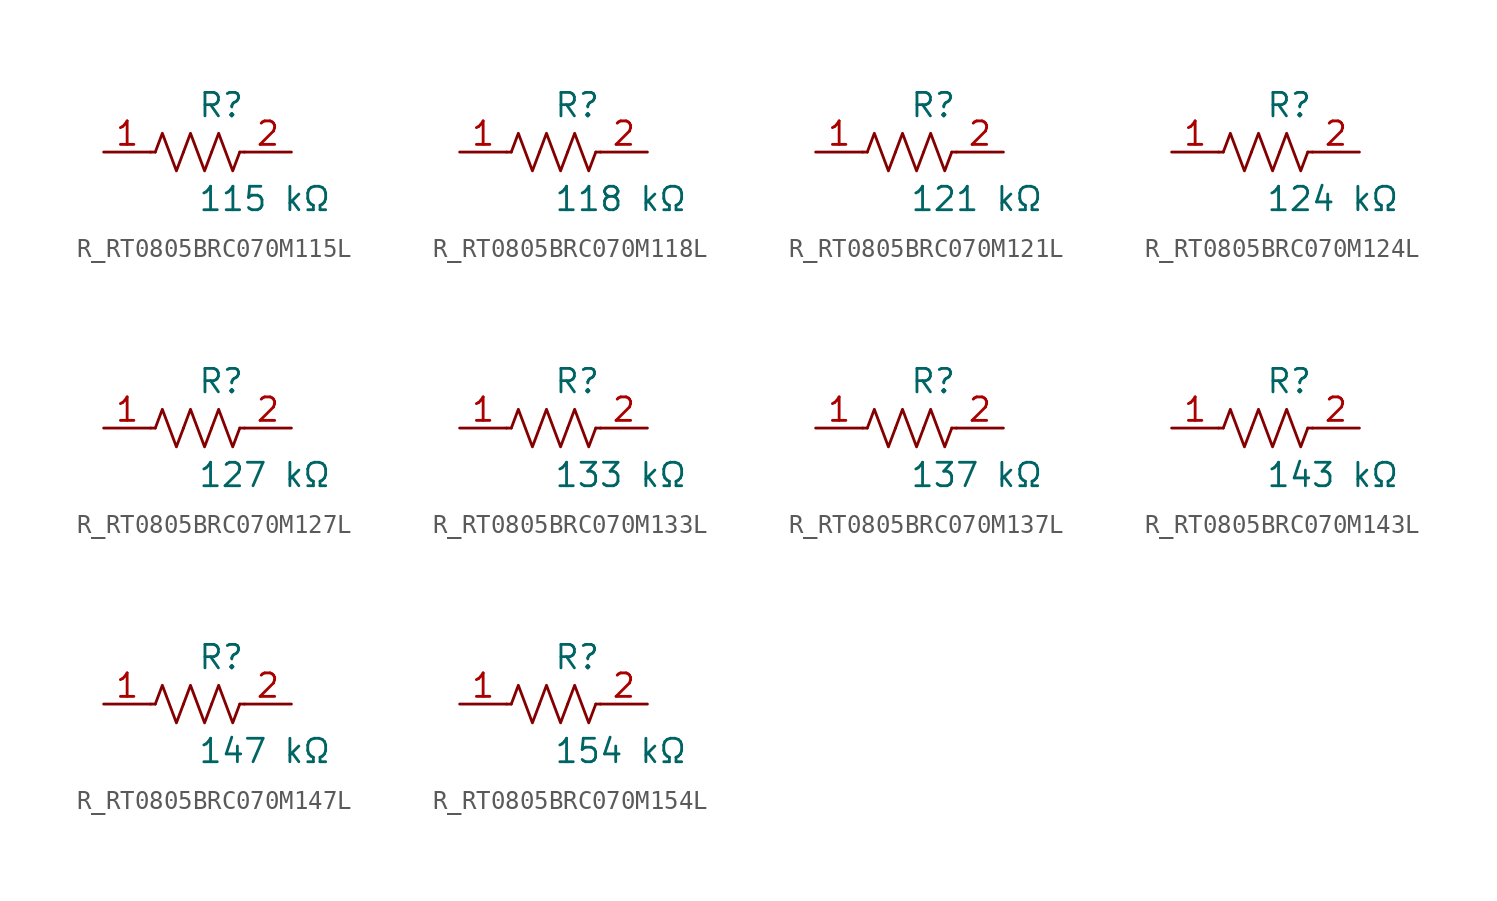
<source format=kicad_sym>
(kicad_symbol_lib
  (version 20231120)
  (generator kicad_symbol_editor)
  (generator_version 8.0)
  (symbol "R_RT0805BRC070M115L"
    (pin_names
      (offset 0.254))
    (property "Reference" "R"
      (at 0.0 2.54 0)
      (effects (font (size 1.27 1.27)) (justify left)))
    (property "Value" "115 kΩ"
      (at 0.0 -2.54 0)
      (effects (font (size 1.27 1.27)) (justify left)))
    (symbol "R_RT0805BRC070M115L_0_1"
      (polyline (pts (xy 2.286 0) (xy 2.54 0)) (stroke (width 0) (type default)) (fill (type none)))
      (polyline (pts (xy -2.286 0) (xy -2.54 0)) (stroke (width 0) (type default)) (fill (type none)))
      (polyline (pts (xy 0.762 0) (xy 1.143 1.016) (xy 1.524 0) (xy 1.905 -1.016) (xy 2.286 0)) (stroke (width 0) (type default)) (fill (type none)))
      (polyline (pts (xy -0.762 0) (xy -0.381 1.016) (xy 0 0) (xy 0.381 -1.016) (xy 0.762 0)) (stroke (width 0) (type default)) (fill (type none)))
      (polyline (pts (xy -2.286 0) (xy -1.905 1.016) (xy -1.524 0) (xy -1.143 -1.016) (xy -0.762 0)) (stroke (width 0) (type default)) (fill (type none))))
    (pin unspecified line
      (at -5.08 0 0)
      (length 2.54)
      (name "" (effects (font (size 1.27 1.27))))
      (number "1" (effects (font (size 1.27 1.27)))))
    (pin unspecified line
      (at 5.08 0 180)
      (length 2.54)
      (name "" (effects (font (size 1.27 1.27))))
      (number "2" (effects (font (size 1.27 1.27))))))
  (symbol "R_RT0805BRC070M118L"
    (pin_names
      (offset 0.254))
    (property "Reference" "R"
      (at 0.0 2.54 0)
      (effects (font (size 1.27 1.27)) (justify left)))
    (property "Value" "118 kΩ"
      (at 0.0 -2.54 0)
      (effects (font (size 1.27 1.27)) (justify left)))
    (symbol "R_RT0805BRC070M118L_0_1"
      (polyline (pts (xy 2.286 0) (xy 2.54 0)) (stroke (width 0) (type default)) (fill (type none)))
      (polyline (pts (xy -2.286 0) (xy -2.54 0)) (stroke (width 0) (type default)) (fill (type none)))
      (polyline (pts (xy 0.762 0) (xy 1.143 1.016) (xy 1.524 0) (xy 1.905 -1.016) (xy 2.286 0)) (stroke (width 0) (type default)) (fill (type none)))
      (polyline (pts (xy -0.762 0) (xy -0.381 1.016) (xy 0 0) (xy 0.381 -1.016) (xy 0.762 0)) (stroke (width 0) (type default)) (fill (type none)))
      (polyline (pts (xy -2.286 0) (xy -1.905 1.016) (xy -1.524 0) (xy -1.143 -1.016) (xy -0.762 0)) (stroke (width 0) (type default)) (fill (type none))))
    (pin unspecified line
      (at -5.08 0 0)
      (length 2.54)
      (name "" (effects (font (size 1.27 1.27))))
      (number "1" (effects (font (size 1.27 1.27)))))
    (pin unspecified line
      (at 5.08 0 180)
      (length 2.54)
      (name "" (effects (font (size 1.27 1.27))))
      (number "2" (effects (font (size 1.27 1.27))))))
  (symbol "R_RT0805BRC070M121L"
    (pin_names
      (offset 0.254))
    (property "Reference" "R"
      (at 0.0 2.54 0)
      (effects (font (size 1.27 1.27)) (justify left)))
    (property "Value" "121 kΩ"
      (at 0.0 -2.54 0)
      (effects (font (size 1.27 1.27)) (justify left)))
    (symbol "R_RT0805BRC070M121L_0_1"
      (polyline (pts (xy 2.286 0) (xy 2.54 0)) (stroke (width 0) (type default)) (fill (type none)))
      (polyline (pts (xy -2.286 0) (xy -2.54 0)) (stroke (width 0) (type default)) (fill (type none)))
      (polyline (pts (xy 0.762 0) (xy 1.143 1.016) (xy 1.524 0) (xy 1.905 -1.016) (xy 2.286 0)) (stroke (width 0) (type default)) (fill (type none)))
      (polyline (pts (xy -0.762 0) (xy -0.381 1.016) (xy 0 0) (xy 0.381 -1.016) (xy 0.762 0)) (stroke (width 0) (type default)) (fill (type none)))
      (polyline (pts (xy -2.286 0) (xy -1.905 1.016) (xy -1.524 0) (xy -1.143 -1.016) (xy -0.762 0)) (stroke (width 0) (type default)) (fill (type none))))
    (pin unspecified line
      (at -5.08 0 0)
      (length 2.54)
      (name "" (effects (font (size 1.27 1.27))))
      (number "1" (effects (font (size 1.27 1.27)))))
    (pin unspecified line
      (at 5.08 0 180)
      (length 2.54)
      (name "" (effects (font (size 1.27 1.27))))
      (number "2" (effects (font (size 1.27 1.27))))))
  (symbol "R_RT0805BRC070M124L"
    (pin_names
      (offset 0.254))
    (property "Reference" "R"
      (at 0.0 2.54 0)
      (effects (font (size 1.27 1.27)) (justify left)))
    (property "Value" "124 kΩ"
      (at 0.0 -2.54 0)
      (effects (font (size 1.27 1.27)) (justify left)))
    (symbol "R_RT0805BRC070M124L_0_1"
      (polyline (pts (xy 2.286 0) (xy 2.54 0)) (stroke (width 0) (type default)) (fill (type none)))
      (polyline (pts (xy -2.286 0) (xy -2.54 0)) (stroke (width 0) (type default)) (fill (type none)))
      (polyline (pts (xy 0.762 0) (xy 1.143 1.016) (xy 1.524 0) (xy 1.905 -1.016) (xy 2.286 0)) (stroke (width 0) (type default)) (fill (type none)))
      (polyline (pts (xy -0.762 0) (xy -0.381 1.016) (xy 0 0) (xy 0.381 -1.016) (xy 0.762 0)) (stroke (width 0) (type default)) (fill (type none)))
      (polyline (pts (xy -2.286 0) (xy -1.905 1.016) (xy -1.524 0) (xy -1.143 -1.016) (xy -0.762 0)) (stroke (width 0) (type default)) (fill (type none))))
    (pin unspecified line
      (at -5.08 0 0)
      (length 2.54)
      (name "" (effects (font (size 1.27 1.27))))
      (number "1" (effects (font (size 1.27 1.27)))))
    (pin unspecified line
      (at 5.08 0 180)
      (length 2.54)
      (name "" (effects (font (size 1.27 1.27))))
      (number "2" (effects (font (size 1.27 1.27))))))
  (symbol "R_RT0805BRC070M127L"
    (pin_names
      (offset 0.254))
    (property "Reference" "R"
      (at 0.0 2.54 0)
      (effects (font (size 1.27 1.27)) (justify left)))
    (property "Value" "127 kΩ"
      (at 0.0 -2.54 0)
      (effects (font (size 1.27 1.27)) (justify left)))
    (symbol "R_RT0805BRC070M127L_0_1"
      (polyline (pts (xy 2.286 0) (xy 2.54 0)) (stroke (width 0) (type default)) (fill (type none)))
      (polyline (pts (xy -2.286 0) (xy -2.54 0)) (stroke (width 0) (type default)) (fill (type none)))
      (polyline (pts (xy 0.762 0) (xy 1.143 1.016) (xy 1.524 0) (xy 1.905 -1.016) (xy 2.286 0)) (stroke (width 0) (type default)) (fill (type none)))
      (polyline (pts (xy -0.762 0) (xy -0.381 1.016) (xy 0 0) (xy 0.381 -1.016) (xy 0.762 0)) (stroke (width 0) (type default)) (fill (type none)))
      (polyline (pts (xy -2.286 0) (xy -1.905 1.016) (xy -1.524 0) (xy -1.143 -1.016) (xy -0.762 0)) (stroke (width 0) (type default)) (fill (type none))))
    (pin unspecified line
      (at -5.08 0 0)
      (length 2.54)
      (name "" (effects (font (size 1.27 1.27))))
      (number "1" (effects (font (size 1.27 1.27)))))
    (pin unspecified line
      (at 5.08 0 180)
      (length 2.54)
      (name "" (effects (font (size 1.27 1.27))))
      (number "2" (effects (font (size 1.27 1.27))))))
  (symbol "R_RT0805BRC070M133L"
    (pin_names
      (offset 0.254))
    (property "Reference" "R"
      (at 0.0 2.54 0)
      (effects (font (size 1.27 1.27)) (justify left)))
    (property "Value" "133 kΩ"
      (at 0.0 -2.54 0)
      (effects (font (size 1.27 1.27)) (justify left)))
    (symbol "R_RT0805BRC070M133L_0_1"
      (polyline (pts (xy 2.286 0) (xy 2.54 0)) (stroke (width 0) (type default)) (fill (type none)))
      (polyline (pts (xy -2.286 0) (xy -2.54 0)) (stroke (width 0) (type default)) (fill (type none)))
      (polyline (pts (xy 0.762 0) (xy 1.143 1.016) (xy 1.524 0) (xy 1.905 -1.016) (xy 2.286 0)) (stroke (width 0) (type default)) (fill (type none)))
      (polyline (pts (xy -0.762 0) (xy -0.381 1.016) (xy 0 0) (xy 0.381 -1.016) (xy 0.762 0)) (stroke (width 0) (type default)) (fill (type none)))
      (polyline (pts (xy -2.286 0) (xy -1.905 1.016) (xy -1.524 0) (xy -1.143 -1.016) (xy -0.762 0)) (stroke (width 0) (type default)) (fill (type none))))
    (pin unspecified line
      (at -5.08 0 0)
      (length 2.54)
      (name "" (effects (font (size 1.27 1.27))))
      (number "1" (effects (font (size 1.27 1.27)))))
    (pin unspecified line
      (at 5.08 0 180)
      (length 2.54)
      (name "" (effects (font (size 1.27 1.27))))
      (number "2" (effects (font (size 1.27 1.27))))))
  (symbol "R_RT0805BRC070M137L"
    (pin_names
      (offset 0.254))
    (property "Reference" "R"
      (at 0.0 2.54 0)
      (effects (font (size 1.27 1.27)) (justify left)))
    (property "Value" "137 kΩ"
      (at 0.0 -2.54 0)
      (effects (font (size 1.27 1.27)) (justify left)))
    (symbol "R_RT0805BRC070M137L_0_1"
      (polyline (pts (xy 2.286 0) (xy 2.54 0)) (stroke (width 0) (type default)) (fill (type none)))
      (polyline (pts (xy -2.286 0) (xy -2.54 0)) (stroke (width 0) (type default)) (fill (type none)))
      (polyline (pts (xy 0.762 0) (xy 1.143 1.016) (xy 1.524 0) (xy 1.905 -1.016) (xy 2.286 0)) (stroke (width 0) (type default)) (fill (type none)))
      (polyline (pts (xy -0.762 0) (xy -0.381 1.016) (xy 0 0) (xy 0.381 -1.016) (xy 0.762 0)) (stroke (width 0) (type default)) (fill (type none)))
      (polyline (pts (xy -2.286 0) (xy -1.905 1.016) (xy -1.524 0) (xy -1.143 -1.016) (xy -0.762 0)) (stroke (width 0) (type default)) (fill (type none))))
    (pin unspecified line
      (at -5.08 0 0)
      (length 2.54)
      (name "" (effects (font (size 1.27 1.27))))
      (number "1" (effects (font (size 1.27 1.27)))))
    (pin unspecified line
      (at 5.08 0 180)
      (length 2.54)
      (name "" (effects (font (size 1.27 1.27))))
      (number "2" (effects (font (size 1.27 1.27))))))
  (symbol "R_RT0805BRC070M143L"
    (pin_names
      (offset 0.254))
    (property "Reference" "R"
      (at 0.0 2.54 0)
      (effects (font (size 1.27 1.27)) (justify left)))
    (property "Value" "143 kΩ"
      (at 0.0 -2.54 0)
      (effects (font (size 1.27 1.27)) (justify left)))
    (symbol "R_RT0805BRC070M143L_0_1"
      (polyline (pts (xy 2.286 0) (xy 2.54 0)) (stroke (width 0) (type default)) (fill (type none)))
      (polyline (pts (xy -2.286 0) (xy -2.54 0)) (stroke (width 0) (type default)) (fill (type none)))
      (polyline (pts (xy 0.762 0) (xy 1.143 1.016) (xy 1.524 0) (xy 1.905 -1.016) (xy 2.286 0)) (stroke (width 0) (type default)) (fill (type none)))
      (polyline (pts (xy -0.762 0) (xy -0.381 1.016) (xy 0 0) (xy 0.381 -1.016) (xy 0.762 0)) (stroke (width 0) (type default)) (fill (type none)))
      (polyline (pts (xy -2.286 0) (xy -1.905 1.016) (xy -1.524 0) (xy -1.143 -1.016) (xy -0.762 0)) (stroke (width 0) (type default)) (fill (type none))))
    (pin unspecified line
      (at -5.08 0 0)
      (length 2.54)
      (name "" (effects (font (size 1.27 1.27))))
      (number "1" (effects (font (size 1.27 1.27)))))
    (pin unspecified line
      (at 5.08 0 180)
      (length 2.54)
      (name "" (effects (font (size 1.27 1.27))))
      (number "2" (effects (font (size 1.27 1.27))))))
  (symbol "R_RT0805BRC070M147L"
    (pin_names
      (offset 0.254))
    (property "Reference" "R"
      (at 0.0 2.54 0)
      (effects (font (size 1.27 1.27)) (justify left)))
    (property "Value" "147 kΩ"
      (at 0.0 -2.54 0)
      (effects (font (size 1.27 1.27)) (justify left)))
    (symbol "R_RT0805BRC070M147L_0_1"
      (polyline (pts (xy 2.286 0) (xy 2.54 0)) (stroke (width 0) (type default)) (fill (type none)))
      (polyline (pts (xy -2.286 0) (xy -2.54 0)) (stroke (width 0) (type default)) (fill (type none)))
      (polyline (pts (xy 0.762 0) (xy 1.143 1.016) (xy 1.524 0) (xy 1.905 -1.016) (xy 2.286 0)) (stroke (width 0) (type default)) (fill (type none)))
      (polyline (pts (xy -0.762 0) (xy -0.381 1.016) (xy 0 0) (xy 0.381 -1.016) (xy 0.762 0)) (stroke (width 0) (type default)) (fill (type none)))
      (polyline (pts (xy -2.286 0) (xy -1.905 1.016) (xy -1.524 0) (xy -1.143 -1.016) (xy -0.762 0)) (stroke (width 0) (type default)) (fill (type none))))
    (pin unspecified line
      (at -5.08 0 0)
      (length 2.54)
      (name "" (effects (font (size 1.27 1.27))))
      (number "1" (effects (font (size 1.27 1.27)))))
    (pin unspecified line
      (at 5.08 0 180)
      (length 2.54)
      (name "" (effects (font (size 1.27 1.27))))
      (number "2" (effects (font (size 1.27 1.27))))))
  (symbol "R_RT0805BRC070M154L"
    (pin_names
      (offset 0.254))
    (property "Reference" "R"
      (at 0.0 2.54 0)
      (effects (font (size 1.27 1.27)) (justify left)))
    (property "Value" "154 kΩ"
      (at 0.0 -2.54 0)
      (effects (font (size 1.27 1.27)) (justify left)))
    (symbol "R_RT0805BRC070M154L_0_1"
      (polyline (pts (xy 2.286 0) (xy 2.54 0)) (stroke (width 0) (type default)) (fill (type none)))
      (polyline (pts (xy -2.286 0) (xy -2.54 0)) (stroke (width 0) (type default)) (fill (type none)))
      (polyline (pts (xy 0.762 0) (xy 1.143 1.016) (xy 1.524 0) (xy 1.905 -1.016) (xy 2.286 0)) (stroke (width 0) (type default)) (fill (type none)))
      (polyline (pts (xy -0.762 0) (xy -0.381 1.016) (xy 0 0) (xy 0.381 -1.016) (xy 0.762 0)) (stroke (width 0) (type default)) (fill (type none)))
      (polyline (pts (xy -2.286 0) (xy -1.905 1.016) (xy -1.524 0) (xy -1.143 -1.016) (xy -0.762 0)) (stroke (width 0) (type default)) (fill (type none))))
    (pin unspecified line
      (at -5.08 0 0)
      (length 2.54)
      (name "" (effects (font (size 1.27 1.27))))
      (number "1" (effects (font (size 1.27 1.27)))))
    (pin unspecified line
      (at 5.08 0 180)
      (length 2.54)
      (name "" (effects (font (size 1.27 1.27))))
      (number "2" (effects (font (size 1.27 1.27)))))))
</source>
